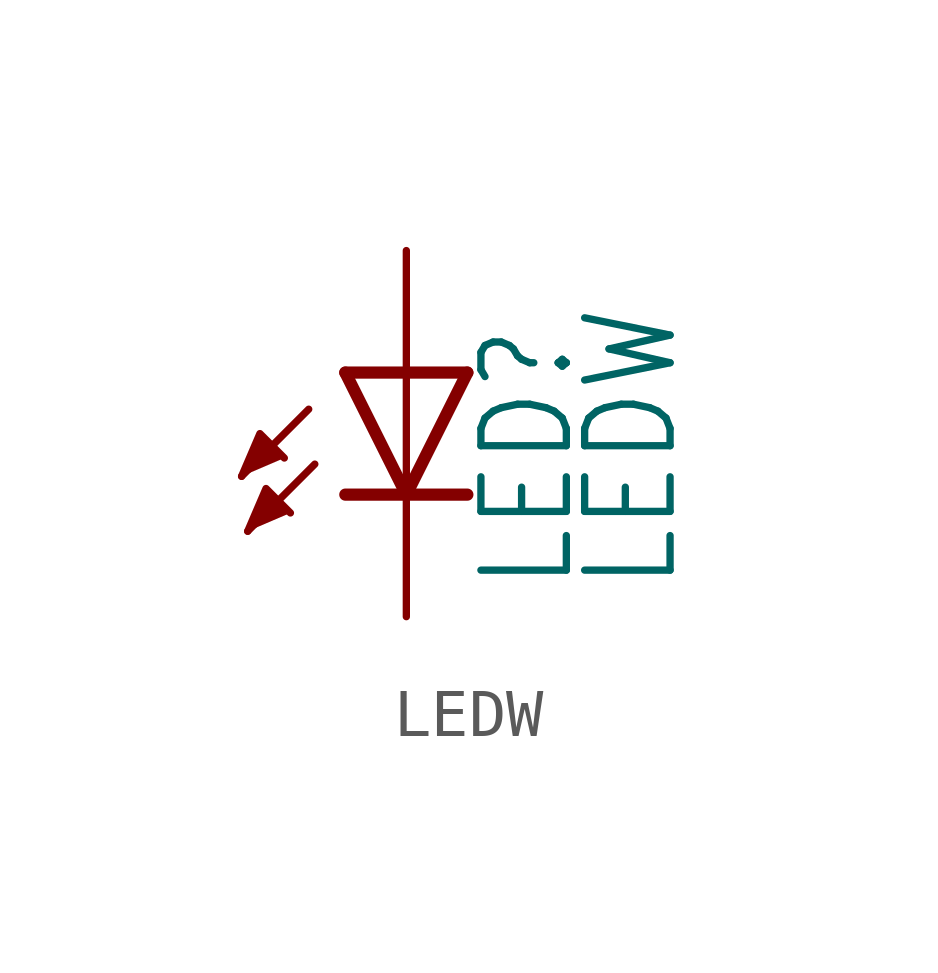
<source format=kicad_sym>
(kicad_symbol_lib
  (version 20211014)
  (generator kicad_symbol_editor)
  (symbol "LEDW"
    (property "Reference" "LED"
      (at 3.556 -4.572 90)
      (effects (font (size 1.778 1.511)) (justify left bottom)))
    (property "Value" "LEDW"
      (at 5.715 -4.572 90)
      (effects (font (size 1.778 1.511)) (justify left bottom)))
    (property "ki_locked" ""
      (at 0 0 0)
      (effects (font (size 1.27 1.27))))
    (symbol "LEDW_1_0"
      (polyline (pts (xy -2.032 -0.762) (xy -3.429 -2.159)) (stroke (width 0.152) (type default) (color 0 0 0 0)) (fill (type none)))
      (polyline (pts (xy -1.905 -1.905) (xy -3.302 -3.302)) (stroke (width 0.152) (type default) (color 0 0 0 0)) (fill (type none)))
      (polyline (pts (xy 0 -2.54) (xy -1.27 -2.54)) (stroke (width 0.254) (type default) (color 0 0 0 0)) (fill (type none)))
      (polyline (pts (xy 0 -2.54) (xy -1.27 0)) (stroke (width 0.254) (type default) (color 0 0 0 0)) (fill (type none)))
      (polyline (pts (xy 0 0) (xy -1.27 0)) (stroke (width 0.254) (type default) (color 0 0 0 0)) (fill (type none)))
      (polyline (pts (xy 0 0) (xy 0 -2.54)) (stroke (width 0.152) (type default) (color 0 0 0 0)) (fill (type none)))
      (polyline (pts (xy 1.27 -2.54) (xy 0 -2.54)) (stroke (width 0.254) (type default) (color 0 0 0 0)) (fill (type none)))
      (polyline (pts (xy 1.27 0) (xy 0 -2.54)) (stroke (width 0.254) (type default) (color 0 0 0 0)) (fill (type none)))
      (polyline (pts (xy 1.27 0) (xy 0 0)) (stroke (width 0.254) (type default) (color 0 0 0 0)) (fill (type none)))
      (polyline (pts (xy -3.429 -2.159) (xy -3.048 -1.27) (xy -2.54 -1.778)) (stroke (width 0) (type default) (color 0 0 0 0)) (fill (type outline)))
      (polyline (pts (xy -3.302 -3.302) (xy -2.921 -2.413) (xy -2.413 -2.921)) (stroke (width 0) (type default) (color 0 0 0 0)) (fill (type outline)))
      (pin passive line (at 0 2.54 270) (length 2.54) (name "A" (effects (font (size 0 0)))) (number "A" (effects (font (size 0 0)))))
      (pin passive line (at 0 -5.08 90) (length 2.54) (name "C" (effects (font (size 0 0)))) (number "K" (effects (font (size 0 0))))))))
</source>
